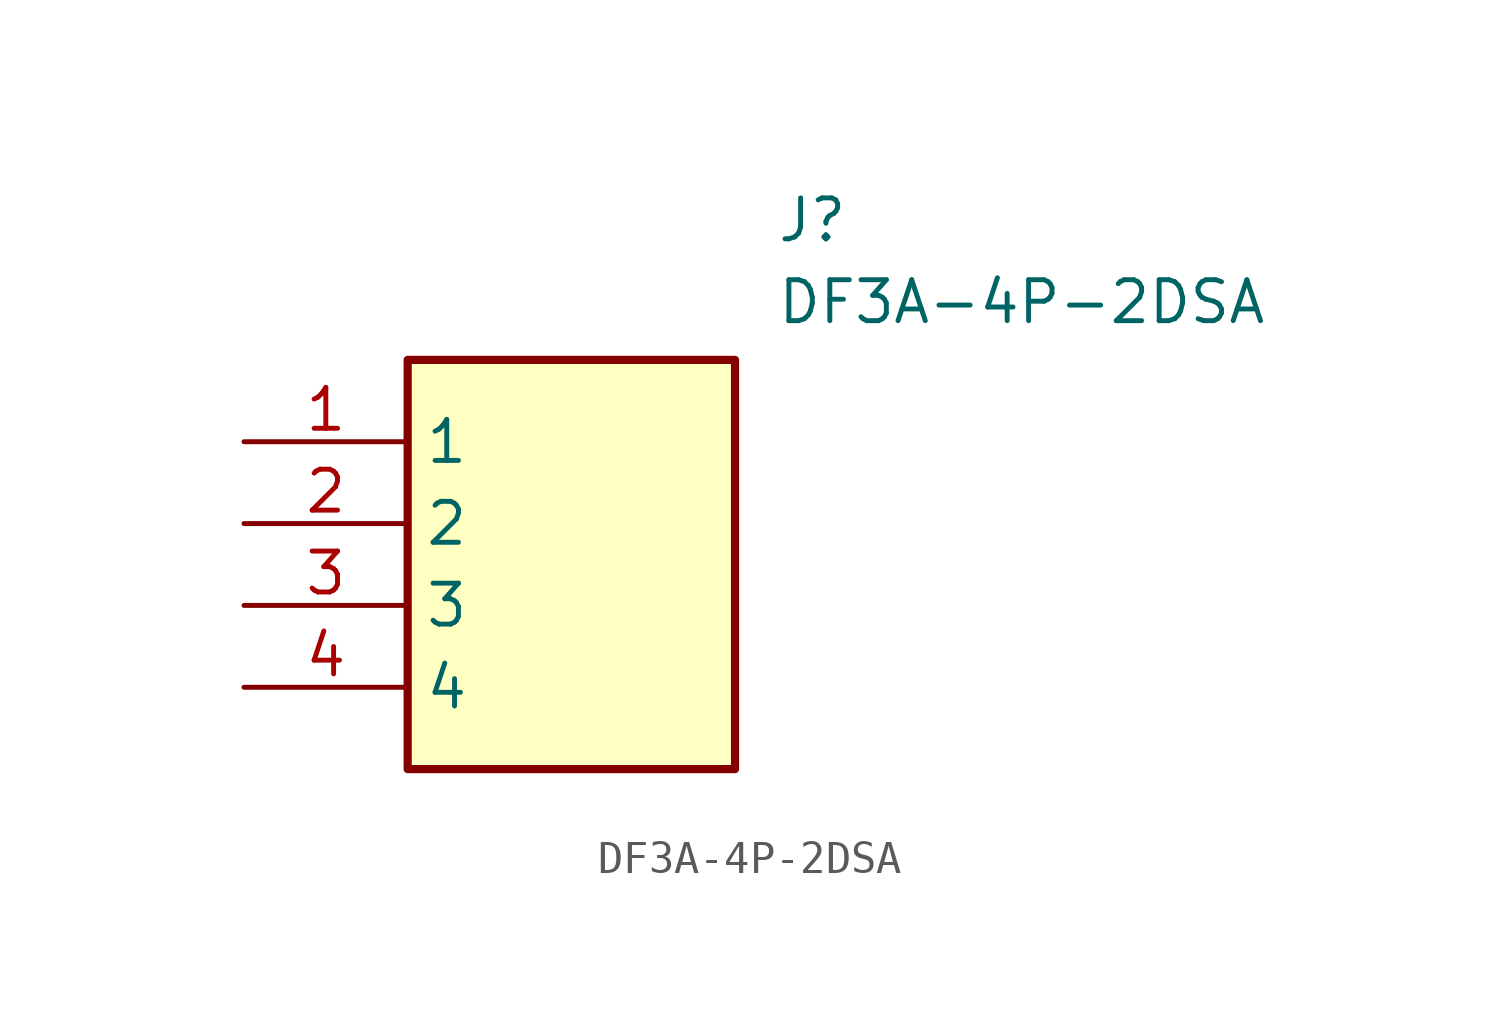
<source format=kicad_sym>
(kicad_symbol_lib
  (version 20211014)
  (generator SamacSys_ECAD_Model)
  (symbol "DF3A-4P-2DSA"
    (property "Reference" "J"
      (at 16.51 7.62 0)
      (effects (font (size 1.27 1.27)) (justify left top)))
    (property "Value" "DF3A-4P-2DSA"
      (at 16.51 5.08 0)
      (effects (font (size 1.27 1.27)) (justify left top)))
    (rectangle
      (start 5.08 2.54)
      (end 15.24 -10.16)
      (stroke (width 0.254) (type default))
      (fill (type background)))
    (pin passive line
      (at 0 0 0)
      (length 5.08)
      (name "1" (effects (font (size 1.27 1.27))))
      (number "1" (effects (font (size 1.27 1.27)))))
    (pin passive line
      (at 0 -2.54 0)
      (length 5.08)
      (name "2" (effects (font (size 1.27 1.27))))
      (number "2" (effects (font (size 1.27 1.27)))))
    (pin passive line
      (at 0 -5.08 0)
      (length 5.08)
      (name "3" (effects (font (size 1.27 1.27))))
      (number "3" (effects (font (size 1.27 1.27)))))
    (pin passive line
      (at 0 -7.62 0)
      (length 5.08)
      (name "4" (effects (font (size 1.27 1.27))))
      (number "4" (effects (font (size 1.27 1.27)))))))
</source>
